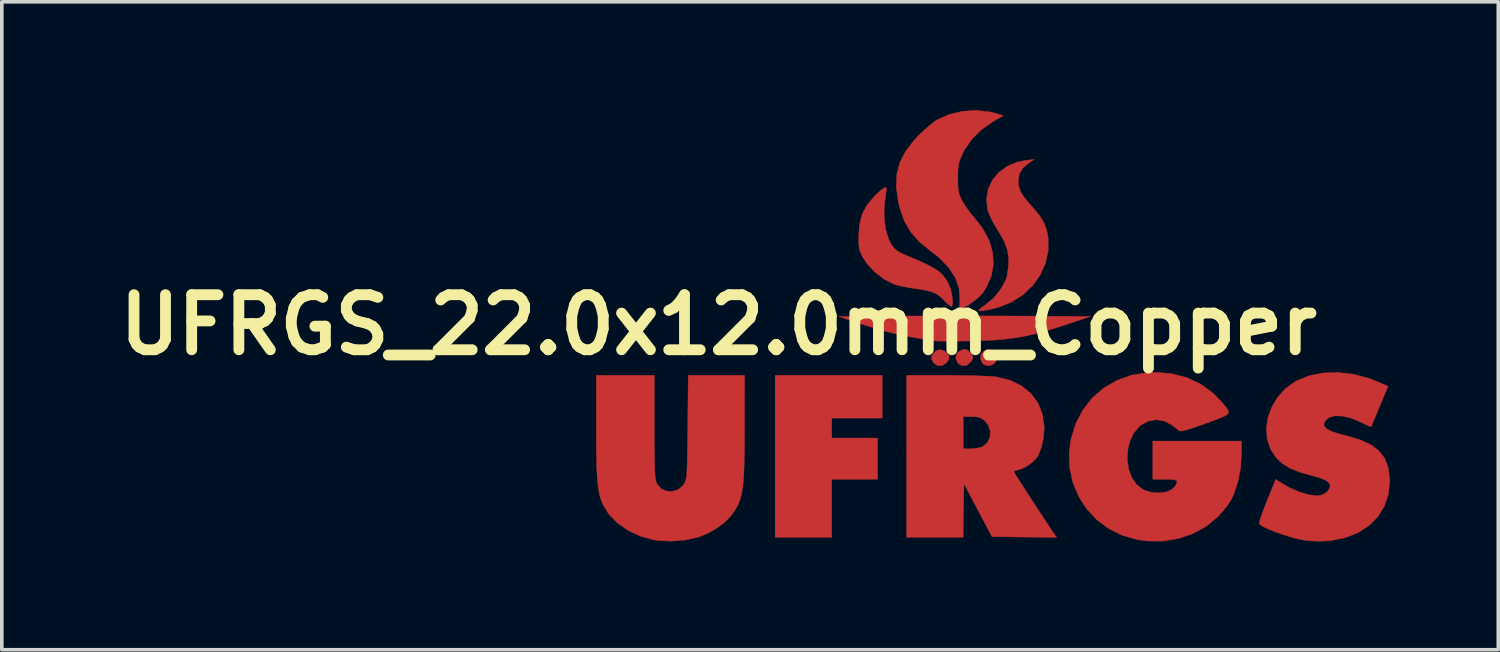
<source format=kicad_pcb>
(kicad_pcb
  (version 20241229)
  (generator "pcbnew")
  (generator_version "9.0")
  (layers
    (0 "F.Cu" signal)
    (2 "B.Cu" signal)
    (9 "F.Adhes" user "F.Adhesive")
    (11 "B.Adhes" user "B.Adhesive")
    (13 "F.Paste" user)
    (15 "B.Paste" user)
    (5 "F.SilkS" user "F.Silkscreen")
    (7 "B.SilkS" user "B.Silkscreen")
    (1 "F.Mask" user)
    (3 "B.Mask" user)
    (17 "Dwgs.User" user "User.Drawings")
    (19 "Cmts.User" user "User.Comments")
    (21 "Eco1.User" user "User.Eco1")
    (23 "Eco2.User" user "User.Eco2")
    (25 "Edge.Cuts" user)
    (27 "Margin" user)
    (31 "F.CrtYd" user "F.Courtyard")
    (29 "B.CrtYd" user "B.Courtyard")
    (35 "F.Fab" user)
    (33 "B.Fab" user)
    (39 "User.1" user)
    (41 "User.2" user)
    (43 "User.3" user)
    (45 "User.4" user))
  (footprint "UFRGS_22.0x12.0mm_Copper"
    (layer "F.Cu")
    (at 23.702 5.944)
    (property "Reference" "UFRGS_22.0x12.0mm_Copper" (at -6.858 0 0) (layer "F.SilkS") (effects (font (size 1.524 1.524) (thickness 0.3))))
    (attr through_hole)
    (fp_poly (pts (xy -2.328 2.582) (xy -3.725 2.582) (xy -3.725 3.133) (xy -2.455 3.133) (xy -2.455 4.276) (xy -3.725 4.276) (xy -3.725 5.884) (xy -5.292 5.884) (xy -5.292 1.397) (xy -2.328 1.397) (xy -2.328 2.582)) (stroke (width 0.01) (type solid)) (fill yes) (layer "F.Cu"))
    (fp_poly (pts (xy -0.587 0.731) (xy -0.553 0.759) (xy -0.479 0.86) (xy -0.481 0.952) (xy -0.552 1.05) (xy -0.67 1.13) (xy -0.792 1.132) (xy -0.898 1.058) (xy -0.917 1.032) (xy -0.964 0.944) (xy -0.958 0.872) (xy -0.927 0.81) (xy -0.832 0.712) (xy -0.71 0.685) (xy -0.587 0.731)) (stroke (width 0.01) (type solid)) (fill yes) (layer "F.Cu"))
    (fp_poly (pts (xy 0.027 0.693) (xy 0.133 0.784) (xy 0.162 0.832) (xy 0.186 0.91) (xy 0.155 0.989) (xy 0.123 1.033) (xy 0.012 1.122) (xy -0.108 1.136) (xy -0.219 1.073) (xy -0.226 1.066) (xy -0.289 0.945) (xy -0.275 0.822) (xy -0.219 0.747) (xy -0.095 0.68) (xy 0.027 0.693)) (stroke (width 0.01) (type solid)) (fill yes) (layer "F.Cu"))
    (fp_poly (pts (xy 0.727 0.714) (xy 0.812 0.804) (xy 0.847 0.917) (xy 0.847 0.918) (xy 0.811 1.032) (xy 0.723 1.108) (xy 0.609 1.135) (xy 0.496 1.103) (xy 0.451 1.066) (xy 0.393 0.949) (xy 0.403 0.83) (xy 0.47 0.732) (xy 0.584 0.68) (xy 0.621 0.677) (xy 0.727 0.714)) (stroke (width 0.01) (type solid)) (fill yes) (layer "F.Cu"))
    (fp_poly (pts (xy 0.363 -0.248) (xy 0.919 -0.247) (xy 1.431 -0.245) (xy 1.699 -0.244) (xy 3.441 -0.233) (xy 2.917 -0.057) (xy 2.477 0.086) (xy 2.094 0.2) (xy 1.749 0.286) (xy 1.42 0.35) (xy 1.088 0.395) (xy 0.733 0.424) (xy 0.333 0.441) (xy 0.085 0.446) (xy -0.181 0.45) (xy -0.42 0.452) (xy -0.619 0.452) (xy -0.764 0.45) (xy -0.84 0.447) (xy -0.847 0.446) (xy -0.915 0.434) (xy -1.045 0.414) (xy -1.212 0.39) (xy -1.291 0.379) (xy -1.794 0.29) (xy -2.348 0.151) (xy -2.961 -0.039) (xy -3.006 -0.054) (xy -3.535 -0.233) (xy -1.789 -0.244) (xy -1.313 -0.246) (xy -0.779 -0.248) (xy -0.212 -0.248) (xy 0.363 -0.248)) (stroke (width 0.01) (type solid)) (fill yes) (layer "F.Cu"))
    (fp_poly (pts (xy 1.753 -4.496) (xy 1.572 -4.346) (xy 1.469 -4.176) (xy 1.439 -3.993) (xy 1.453 -3.841) (xy 1.501 -3.698) (xy 1.592 -3.547) (xy 1.735 -3.369) (xy 1.832 -3.262) (xy 2.025 -3.034) (xy 2.154 -2.822) (xy 2.233 -2.604) (xy 2.268 -2.41) (xy 2.269 -2.048) (xy 2.193 -1.701) (xy 2.046 -1.377) (xy 1.836 -1.084) (xy 1.568 -0.832) (xy 1.251 -0.629) (xy 0.89 -0.484) (xy 0.725 -0.442) (xy 0.522 -0.402) (xy 0.397 -0.384) (xy 0.344 -0.392) (xy 0.36 -0.427) (xy 0.439 -0.49) (xy 0.491 -0.526) (xy 0.749 -0.734) (xy 0.945 -0.977) (xy 1.027 -1.117) (xy 1.077 -1.213) (xy 1.108 -1.278) (xy 1.126 -1.341) (xy 1.141 -1.428) (xy 1.16 -1.57) (xy 1.162 -1.582) (xy 1.176 -1.835) (xy 1.139 -2.073) (xy 1.047 -2.318) (xy 0.892 -2.59) (xy 0.868 -2.628) (xy 0.761 -2.806) (xy 0.668 -2.986) (xy 0.605 -3.137) (xy 0.59 -3.186) (xy 0.56 -3.478) (xy 0.606 -3.755) (xy 0.722 -4.006) (xy 0.901 -4.221) (xy 1.134 -4.392) (xy 1.415 -4.509) (xy 1.662 -4.557) (xy 1.884 -4.58) (xy 1.753 -4.496)) (stroke (width 0.01) (type solid)) (fill yes) (layer "F.Cu"))
    (fp_poly (pts (xy -2.209 -3.756) (xy -2.219 -3.672) (xy -2.27 -3.315) (xy -2.273 -2.966) (xy -2.231 -2.645) (xy -2.146 -2.368) (xy -2.074 -2.229) (xy -2.002 -2.129) (xy -1.92 -2.054) (xy -1.804 -1.986) (xy -1.632 -1.91) (xy -1.624 -1.907) (xy -1.313 -1.776) (xy -1.072 -1.664) (xy -0.887 -1.565) (xy -0.747 -1.469) (xy -0.642 -1.37) (xy -0.559 -1.259) (xy -0.493 -1.139) (xy -0.44 -1.006) (xy -0.402 -0.856) (xy -0.379 -0.711) (xy -0.376 -0.591) (xy -0.395 -0.519) (xy -0.415 -0.508) (xy -0.463 -0.536) (xy -0.543 -0.607) (xy -0.574 -0.639) (xy -0.706 -0.768) (xy -0.827 -0.857) (xy -0.962 -0.918) (xy -1.134 -0.961) (xy -1.367 -0.997) (xy -1.573 -1.028) (xy -1.768 -1.065) (xy -1.924 -1.101) (xy -1.982 -1.119) (xy -2.268 -1.259) (xy -2.535 -1.463) (xy -2.759 -1.708) (xy -2.872 -1.884) (xy -2.929 -2.003) (xy -2.962 -2.114) (xy -2.978 -2.245) (xy -2.98 -2.427) (xy -2.98 -2.455) (xy -2.954 -2.788) (xy -2.881 -3.066) (xy -2.752 -3.311) (xy -2.558 -3.544) (xy -2.537 -3.566) (xy -2.387 -3.709) (xy -2.285 -3.787) (xy -2.227 -3.802) (xy -2.209 -3.756)) (stroke (width 0.01) (type solid)) (fill yes) (layer "F.Cu"))
    (fp_poly (pts (xy 0.643 -5.9) (xy 0.781 -5.865) (xy 1.031 -5.793) (xy 0.759 -5.64) (xy 0.435 -5.417) (xy 0.16 -5.146) (xy -0.051 -4.842) (xy -0.097 -4.753) (xy -0.162 -4.606) (xy -0.202 -4.484) (xy -0.224 -4.357) (xy -0.232 -4.193) (xy -0.233 -4.064) (xy -0.23 -3.865) (xy -0.219 -3.724) (xy -0.193 -3.613) (xy -0.149 -3.505) (xy -0.113 -3.434) (xy -0.012 -3.269) (xy 0.115 -3.096) (xy 0.188 -3.011) (xy 0.448 -2.682) (xy 0.63 -2.346) (xy 0.731 -2.008) (xy 0.752 -1.672) (xy 0.692 -1.344) (xy 0.551 -1.028) (xy 0.454 -0.883) (xy 0.35 -0.771) (xy 0.201 -0.649) (xy 0.042 -0.54) (xy -0.092 -0.471) (xy -0.148 -0.453) (xy -0.177 -0.465) (xy -0.186 -0.522) (xy -0.181 -0.643) (xy -0.178 -0.692) (xy -0.198 -1.003) (xy -0.3 -1.3) (xy -0.484 -1.585) (xy -0.75 -1.859) (xy -0.992 -2.049) (xy -1.303 -2.303) (xy -1.541 -2.573) (xy -1.716 -2.878) (xy -1.841 -3.234) (xy -1.886 -3.426) (xy -1.938 -3.817) (xy -1.924 -4.169) (xy -1.84 -4.493) (xy -1.682 -4.802) (xy -1.447 -5.108) (xy -1.312 -5.251) (xy -1.157 -5.398) (xy -1 -5.535) (xy -0.864 -5.641) (xy -0.804 -5.68) (xy -0.476 -5.826) (xy -0.109 -5.913) (xy 0.272 -5.939) (xy 0.643 -5.9)) (stroke (width 0.01) (type solid)) (fill yes) (layer "F.Cu"))
    (fp_poly (pts (xy -0.54 1.397) (xy -0.224 1.399) (xy 0.078 1.404) (xy 0.353 1.412) (xy 0.586 1.421) (xy 0.76 1.432) (xy 0.847 1.442) (xy 1.219 1.537) (xy 1.535 1.691) (xy 1.79 1.899) (xy 1.982 2.157) (xy 2.105 2.461) (xy 2.157 2.806) (xy 2.158 2.881) (xy 2.138 3.134) (xy 2.083 3.381) (xy 2.002 3.592) (xy 1.949 3.681) (xy 1.844 3.792) (xy 1.703 3.897) (xy 1.553 3.979) (xy 1.424 4.02) (xy 1.399 4.022) (xy 1.329 4.04) (xy 1.325 4.077) (xy 1.352 4.126) (xy 1.419 4.232) (xy 1.516 4.385) (xy 1.635 4.571) (xy 1.77 4.779) (xy 1.911 4.996) (xy 2.051 5.21) (xy 2.181 5.409) (xy 2.295 5.581) (xy 2.383 5.712) (xy 2.422 5.769) (xy 2.505 5.886) (xy 1.608 5.875) (xy 0.711 5.863) (xy -0.064 4.399) (xy -0.075 5.142) (xy -0.087 5.884) (xy -1.651 5.884) (xy -1.651 2.54) (xy -0.085 2.54) (xy -0.085 3.429) (xy 0.129 3.429) (xy 0.281 3.417) (xy 0.418 3.385) (xy 0.462 3.367) (xy 0.587 3.26) (xy 0.655 3.112) (xy 0.663 2.945) (xy 0.611 2.781) (xy 0.503 2.648) (xy 0.401 2.579) (xy 0.285 2.547) (xy 0.145 2.54) (xy -0.085 2.54) (xy -1.651 2.54) (xy -1.651 1.397) (xy -0.54 1.397)) (stroke (width 0.01) (type solid)) (fill yes) (layer "F.Cu"))
    (fp_poly (pts (xy -8.636 2.826) (xy -8.636 3.217) (xy -8.634 3.533) (xy -8.631 3.783) (xy -8.626 3.976) (xy -8.619 4.121) (xy -8.609 4.227) (xy -8.596 4.305) (xy -8.579 4.362) (xy -8.562 4.403) (xy -8.456 4.53) (xy -8.311 4.6) (xy -8.148 4.611) (xy -7.989 4.565) (xy -7.855 4.461) (xy -7.812 4.402) (xy -7.789 4.358) (xy -7.77 4.308) (xy -7.755 4.243) (xy -7.743 4.153) (xy -7.734 4.029) (xy -7.727 3.862) (xy -7.722 3.643) (xy -7.718 3.361) (xy -7.714 3.009) (xy -7.712 2.826) (xy -7.698 1.397) (xy -6.138 1.397) (xy -6.139 2.847) (xy -6.14 3.314) (xy -6.145 3.706) (xy -6.154 4.031) (xy -6.17 4.3) (xy -6.193 4.521) (xy -6.225 4.703) (xy -6.268 4.856) (xy -6.323 4.99) (xy -6.392 5.112) (xy -6.476 5.233) (xy -6.534 5.309) (xy -6.697 5.473) (xy -6.916 5.634) (xy -7.164 5.774) (xy -7.415 5.877) (xy -7.43 5.881) (xy -7.772 5.957) (xy -8.146 5.988) (xy -8.511 5.974) (xy -8.662 5.951) (xy -9.024 5.85) (xy -9.358 5.695) (xy -9.649 5.494) (xy -9.884 5.257) (xy -10.051 4.993) (xy -10.054 4.986) (xy -10.102 4.868) (xy -10.142 4.743) (xy -10.174 4.601) (xy -10.199 4.432) (xy -10.217 4.227) (xy -10.23 3.977) (xy -10.238 3.671) (xy -10.243 3.301) (xy -10.244 2.857) (xy -10.244 2.805) (xy -10.245 1.397) (xy -8.636 1.397) (xy -8.636 2.826)) (stroke (width 0.01) (type solid)) (fill yes) (layer "F.Cu"))
    (fp_poly (pts (xy 5.69 1.352) (xy 6.118 1.464) (xy 6.506 1.649) (xy 6.849 1.904) (xy 7.078 2.143) (xy 7.175 2.259) (xy 7.239 2.345) (xy 7.265 2.411) (xy 7.244 2.466) (xy 7.171 2.518) (xy 7.038 2.577) (xy 6.84 2.652) (xy 6.636 2.726) (xy 6.351 2.828) (xy 6.132 2.898) (xy 5.984 2.936) (xy 5.909 2.94) (xy 5.904 2.938) (xy 5.84 2.889) (xy 5.741 2.812) (xy 5.703 2.781) (xy 5.494 2.666) (xy 5.268 2.627) (xy 5.042 2.664) (xy 4.833 2.777) (xy 4.797 2.807) (xy 4.636 2.996) (xy 4.527 3.225) (xy 4.468 3.478) (xy 4.458 3.739) (xy 4.496 3.994) (xy 4.581 4.225) (xy 4.712 4.418) (xy 4.888 4.556) (xy 4.924 4.574) (xy 5.126 4.637) (xy 5.335 4.653) (xy 5.53 4.626) (xy 5.69 4.558) (xy 5.795 4.453) (xy 5.798 4.447) (xy 5.834 4.367) (xy 5.828 4.316) (xy 5.769 4.289) (xy 5.646 4.277) (xy 5.503 4.276) (xy 5.165 4.276) (xy 5.165 3.217) (xy 7.62 3.217) (xy 7.62 3.592) (xy 7.594 3.971) (xy 7.521 4.346) (xy 7.408 4.686) (xy 7.335 4.839) (xy 7.247 4.976) (xy 7.121 5.138) (xy 6.982 5.295) (xy 6.958 5.319) (xy 6.64 5.58) (xy 6.272 5.781) (xy 5.867 5.918) (xy 5.437 5.987) (xy 4.997 5.985) (xy 4.745 5.949) (xy 4.322 5.829) (xy 3.941 5.64) (xy 3.609 5.392) (xy 3.33 5.091) (xy 3.109 4.747) (xy 2.951 4.366) (xy 2.863 3.958) (xy 2.849 3.53) (xy 2.899 3.161) (xy 3.03 2.734) (xy 3.229 2.353) (xy 3.488 2.023) (xy 3.803 1.75) (xy 4.165 1.539) (xy 4.57 1.394) (xy 5.011 1.321) (xy 5.226 1.313) (xy 5.69 1.352)) (stroke (width 0.01) (type solid)) (fill yes) (layer "F.Cu"))
    (fp_poly (pts (xy 10.726 1.368) (xy 11.16 1.484) (xy 11.429 1.591) (xy 11.676 1.701) (xy 11.446 2.256) (xy 11.363 2.455) (xy 11.292 2.624) (xy 11.239 2.749) (xy 11.209 2.814) (xy 11.206 2.821) (xy 11.166 2.808) (xy 11.07 2.765) (xy 10.935 2.701) (xy 10.891 2.679) (xy 10.645 2.579) (xy 10.412 2.525) (xy 10.208 2.519) (xy 10.049 2.562) (xy 9.995 2.599) (xy 9.913 2.699) (xy 9.904 2.789) (xy 9.969 2.872) (xy 10.112 2.949) (xy 10.335 3.023) (xy 10.522 3.07) (xy 10.897 3.179) (xy 11.196 3.315) (xy 11.422 3.485) (xy 11.583 3.692) (xy 11.681 3.942) (xy 11.722 4.24) (xy 11.724 4.321) (xy 11.688 4.686) (xy 11.578 5.017) (xy 11.399 5.308) (xy 11.157 5.553) (xy 10.857 5.749) (xy 10.505 5.89) (xy 10.105 5.971) (xy 9.97 5.983) (xy 9.765 5.989) (xy 9.552 5.983) (xy 9.378 5.967) (xy 9.377 5.966) (xy 9.19 5.929) (xy 8.976 5.872) (xy 8.754 5.803) (xy 8.54 5.726) (xy 8.351 5.65) (xy 8.206 5.579) (xy 8.12 5.521) (xy 8.11 5.508) (xy 8.116 5.456) (xy 8.15 5.341) (xy 8.208 5.177) (xy 8.283 4.979) (xy 8.326 4.872) (xy 8.568 4.277) (xy 8.676 4.348) (xy 8.944 4.504) (xy 9.215 4.624) (xy 9.47 4.701) (xy 9.692 4.731) (xy 9.804 4.722) (xy 9.928 4.671) (xy 10.027 4.582) (xy 10.074 4.48) (xy 10.075 4.465) (xy 10.051 4.384) (xy 9.973 4.315) (xy 9.831 4.251) (xy 9.616 4.186) (xy 9.564 4.173) (xy 9.224 4.075) (xy 8.956 3.965) (xy 8.746 3.836) (xy 8.58 3.681) (xy 8.576 3.675) (xy 8.417 3.429) (xy 8.33 3.154) (xy 8.309 2.861) (xy 8.353 2.564) (xy 8.458 2.274) (xy 8.62 2.004) (xy 8.836 1.766) (xy 9.104 1.571) (xy 9.136 1.553) (xy 9.486 1.409) (xy 9.876 1.331) (xy 10.293 1.317) (xy 10.726 1.368)) (stroke (width 0.01) (type solid)) (fill yes) (layer "F.Cu"))
    (fp_poly (pts (xy -8.636 2.826) (xy -8.636 3.217) (xy -8.634 3.533) (xy -8.631 3.783) (xy -8.626 3.976) (xy -8.619 4.121) (xy -8.609 4.227) (xy -8.596 4.305) (xy -8.579 4.362) (xy -8.562 4.403) (xy -8.456 4.53) (xy -8.311 4.6) (xy -8.148 4.611) (xy -7.989 4.565) (xy -7.855 4.461) (xy -7.812 4.402) (xy -7.789 4.358) (xy -7.77 4.308) (xy -7.755 4.243) (xy -7.743 4.153) (xy -7.734 4.029) (xy -7.727 3.862) (xy -7.722 3.643) (xy -7.718 3.361) (xy -7.714 3.009) (xy -7.712 2.826) (xy -7.698 1.397) (xy -6.138 1.397) (xy -6.139 2.847) (xy -6.14 3.314) (xy -6.145 3.706) (xy -6.154 4.031) (xy -6.17 4.3) (xy -6.193 4.521) (xy -6.225 4.703) (xy -6.268 4.856) (xy -6.323 4.99) (xy -6.392 5.112) (xy -6.476 5.233) (xy -6.534 5.309) (xy -6.697 5.473) (xy -6.916 5.634) (xy -7.164 5.774) (xy -7.415 5.877) (xy -7.43 5.881) (xy -7.772 5.957) (xy -8.146 5.988) (xy -8.511 5.974) (xy -8.662 5.951) (xy -9.024 5.85) (xy -9.358 5.695) (xy -9.649 5.494) (xy -9.884 5.257) (xy -10.051 4.993) (xy -10.054 4.986) (xy -10.102 4.868) (xy -10.142 4.743) (xy -10.174 4.601) (xy -10.199 4.432) (xy -10.217 4.227) (xy -10.23 3.977) (xy -10.238 3.671) (xy -10.243 3.301) (xy -10.244 2.857) (xy -10.244 2.805) (xy -10.245 1.397) (xy -8.636 1.397) (xy -8.636 2.826)) (stroke (width 0.01) (type solid)) (fill yes) (layer "F.Mask")))
  (gr_rect
    (start -3 -3)
    (end 38.431 14.938)
    (stroke (width 0.1) (type default))
    (fill no)
    (layer "Edge.Cuts")))
</source>
